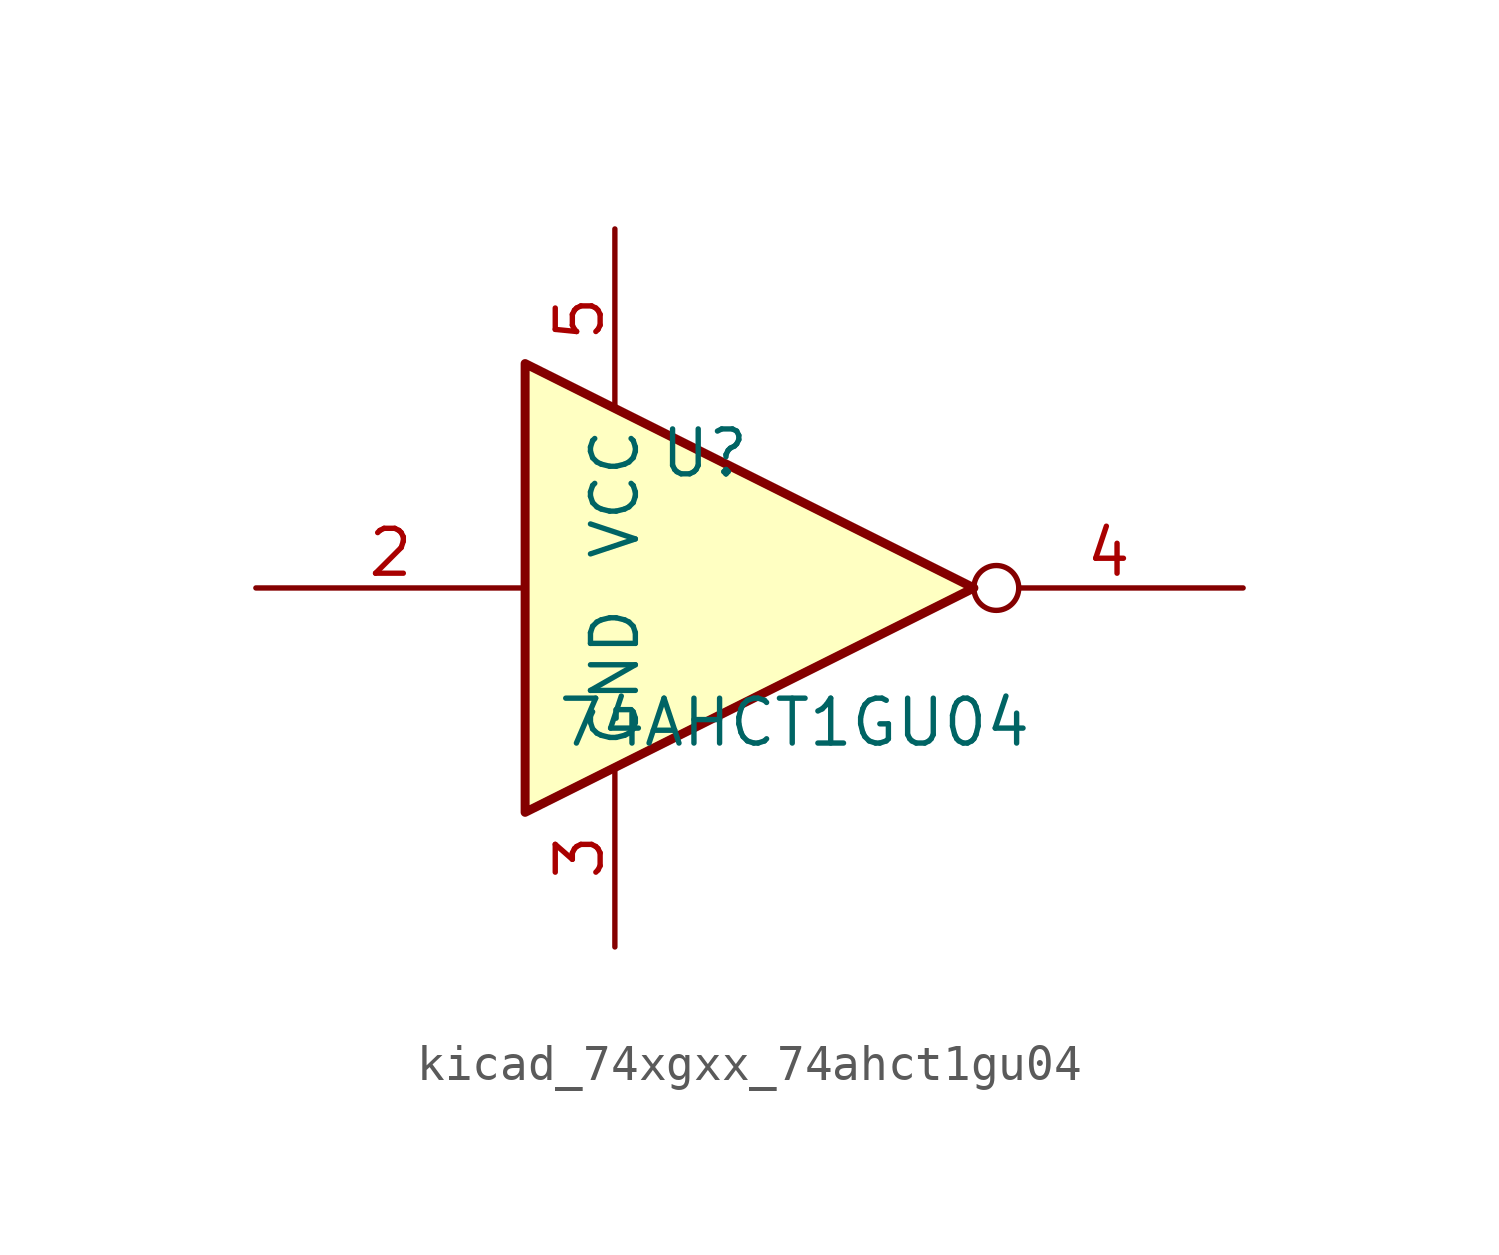
<source format=kicad_sym>
(kicad_symbol_lib
  (version 20220914)
  (generator kicad_symbol_editor)
  (symbol "kicad_74xgxx_74ahct1gu04"
    (property "Reference" "U"
      (at -2.54 3.81 0)
      (effects (font (size 1.27 1.27))))
    (property "Value" "74AHCT1GU04"
      (at 0 -3.81 0)
      (effects (font (size 1.27 1.27))))
    (symbol "kicad_74xgxx_74ahct1gu04_0_1"
      (polyline (pts (xy -7.62 6.35) (xy -7.62 -6.35) (xy 5.08 0) (xy -7.62 6.35)) (stroke (width 0.254) (type default)) (fill (type background))))
    (symbol "kicad_74xgxx_74ahct1gu04_1_1"
      (pin input line (at -15.24 0 0) (length 7.62) (name "~" (effects (font (size 1.27 1.27)))) (number "2" (effects (font (size 1.27 1.27)))))
      (pin power_in line (at -5.08 -10.16 90) (length 5.08) (name "GND" (effects (font (size 1.27 1.27)))) (number "3" (effects (font (size 1.27 1.27)))))
      (pin output inverted (at 12.7 0 180) (length 7.62) (name "~" (effects (font (size 1.27 1.27)))) (number "4" (effects (font (size 1.27 1.27)))))
      (pin power_in line (at -5.08 10.16 270) (length 5.08) (name "VCC" (effects (font (size 1.27 1.27)))) (number "5" (effects (font (size 1.27 1.27))))))))
</source>
